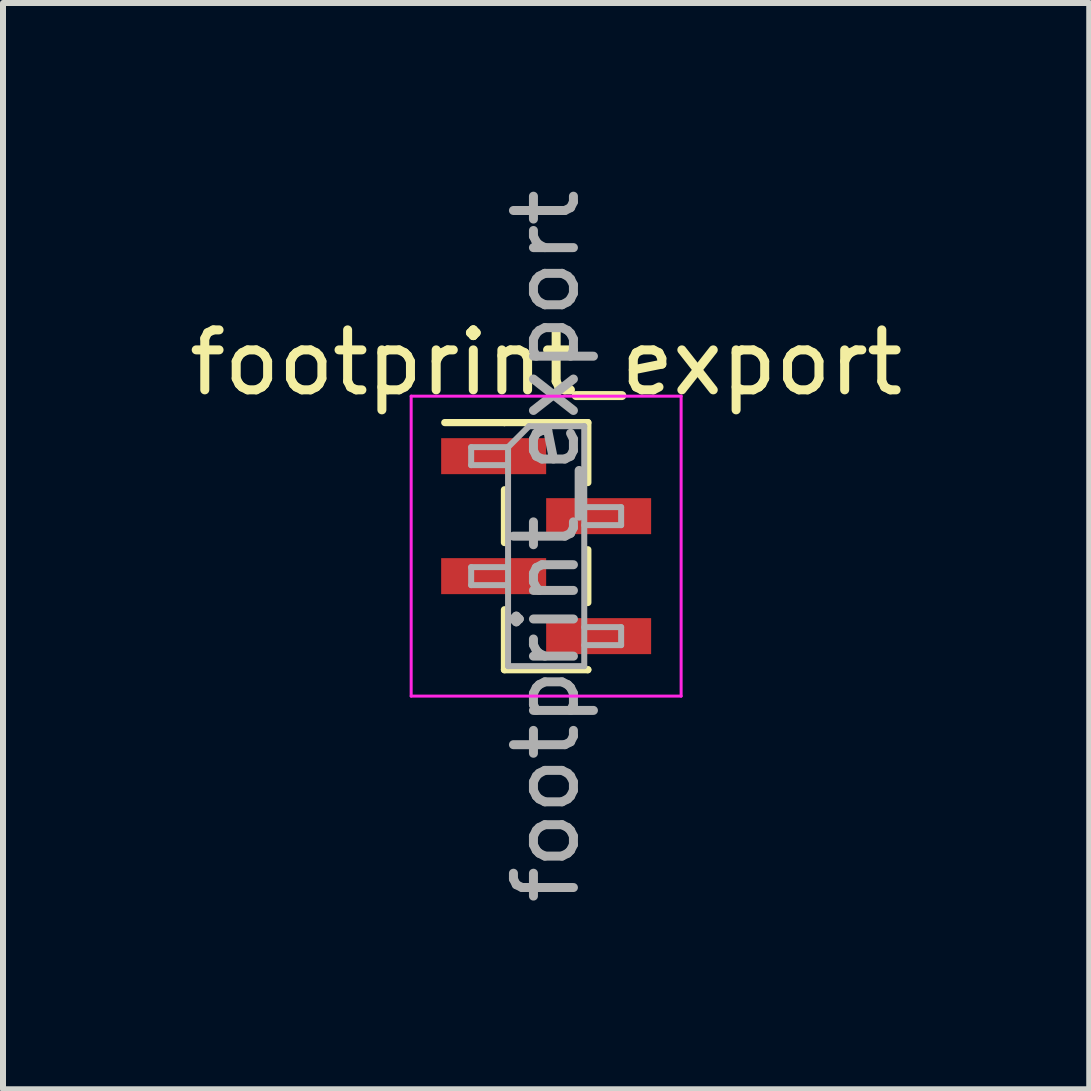
<source format=kicad_pcb>
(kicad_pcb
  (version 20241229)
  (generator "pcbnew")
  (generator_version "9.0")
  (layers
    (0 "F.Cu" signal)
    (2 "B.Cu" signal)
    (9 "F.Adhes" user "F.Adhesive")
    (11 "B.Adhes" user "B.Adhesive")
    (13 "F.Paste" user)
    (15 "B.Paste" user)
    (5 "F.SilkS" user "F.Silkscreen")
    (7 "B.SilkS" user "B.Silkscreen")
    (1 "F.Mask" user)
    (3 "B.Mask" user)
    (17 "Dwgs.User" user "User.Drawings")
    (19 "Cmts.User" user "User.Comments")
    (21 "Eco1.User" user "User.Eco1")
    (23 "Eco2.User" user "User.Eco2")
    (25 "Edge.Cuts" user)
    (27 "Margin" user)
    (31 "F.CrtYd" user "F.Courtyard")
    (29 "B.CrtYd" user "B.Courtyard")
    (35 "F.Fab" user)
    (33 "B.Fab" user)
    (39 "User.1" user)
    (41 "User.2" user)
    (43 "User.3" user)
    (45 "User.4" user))
  (footprint "footprint_export"
    (layer "F.Cu")
    (at 6.054 6.054)
    (property "Reference" "footprint_export" (at 0 -3.06 0) (layer "F.SilkS") (effects (font (size 1 1) (thickness 0.15))))
    (attr smd)
    (fp_line (start -0.695 -2.06) (end -1.69 -2.06) (stroke (width 0.12) (type solid)) (layer "F.SilkS"))
    (fp_line (start -0.695 -2.06) (end -0.695 -2.06) (stroke (width 0.12) (type solid)) (layer "F.SilkS"))
    (fp_line (start -0.695 -2.06) (end 0.695 -2.06) (stroke (width 0.12) (type solid)) (layer "F.SilkS"))
    (fp_line (start -0.695 -0.94) (end -0.695 -0.06) (stroke (width 0.12) (type solid)) (layer "F.SilkS"))
    (fp_line (start -0.695 1.06) (end -0.695 2.06) (stroke (width 0.12) (type solid)) (layer "F.SilkS"))
    (fp_line (start -0.695 2.06) (end 0.695 2.06) (stroke (width 0.12) (type solid)) (layer "F.SilkS"))
    (fp_line (start 0.695 -2.06) (end 0.695 -1.06) (stroke (width 0.12) (type solid)) (layer "F.SilkS"))
    (fp_line (start 0.695 0.06) (end 0.695 0.94) (stroke (width 0.12) (type solid)) (layer "F.SilkS"))
    (fp_line (start 0.695 2.06) (end 0.695 2.06) (stroke (width 0.12) (type solid)) (layer "F.SilkS"))
    (fp_line (start -2.25 -2.5) (end -2.25 2.5) (stroke (width 0.05) (type solid)) (layer "F.CrtYd"))
    (fp_line (start -2.25 2.5) (end 2.25 2.5) (stroke (width 0.05) (type solid)) (layer "F.CrtYd"))
    (fp_line (start 2.25 -2.5) (end -2.25 -2.5) (stroke (width 0.05) (type solid)) (layer "F.CrtYd"))
    (fp_line (start 2.25 2.5) (end 2.25 -2.5) (stroke (width 0.05) (type solid)) (layer "F.CrtYd"))
    (fp_line (start -1.25 -1.65) (end -1.25 -1.35) (stroke (width 0.1) (type solid)) (layer "F.Fab"))
    (fp_line (start -1.25 -1.35) (end -0.635 -1.35) (stroke (width 0.1) (type solid)) (layer "F.Fab"))
    (fp_line (start -1.25 0.35) (end -1.25 0.65) (stroke (width 0.1) (type solid)) (layer "F.Fab"))
    (fp_line (start -1.25 0.65) (end -0.635 0.65) (stroke (width 0.1) (type solid)) (layer "F.Fab"))
    (fp_line (start -0.635 -1.65) (end -1.25 -1.65) (stroke (width 0.1) (type solid)) (layer "F.Fab"))
    (fp_line (start -0.635 -1.65) (end -0.285 -2) (stroke (width 0.1) (type solid)) (layer "F.Fab"))
    (fp_line (start -0.635 0.35) (end -1.25 0.35) (stroke (width 0.1) (type solid)) (layer "F.Fab"))
    (fp_line (start -0.635 2) (end -0.635 -1.65) (stroke (width 0.1) (type solid)) (layer "F.Fab"))
    (fp_line (start -0.285 -2) (end 0.635 -2) (stroke (width 0.1) (type solid)) (layer "F.Fab"))
    (fp_line (start 0.635 -2) (end 0.635 2) (stroke (width 0.1) (type solid)) (layer "F.Fab"))
    (fp_line (start 0.635 -0.65) (end 1.25 -0.65) (stroke (width 0.1) (type solid)) (layer "F.Fab"))
    (fp_line (start 0.635 1.35) (end 1.25 1.35) (stroke (width 0.1) (type solid)) (layer "F.Fab"))
    (fp_line (start 0.635 2) (end -0.635 2) (stroke (width 0.1) (type solid)) (layer "F.Fab"))
    (fp_line (start 1.25 -0.65) (end 1.25 -0.35) (stroke (width 0.1) (type solid)) (layer "F.Fab"))
    (fp_line (start 1.25 -0.35) (end 0.635 -0.35) (stroke (width 0.1) (type solid)) (layer "F.Fab"))
    (fp_line (start 1.25 1.35) (end 1.25 1.65) (stroke (width 0.1) (type solid)) (layer "F.Fab"))
    (fp_line (start 1.25 1.65) (end 0.635 1.65) (stroke (width 0.1) (type solid)) (layer "F.Fab"))
    (fp_text user "${REFERENCE}" (at 0 0 90) (layer "F.Fab") (effects (font (size 1 1) (thickness 0.15))))
    (pad "1" smd rect (at -0.875 -1.5) (size 1.75 0.6) (layers "F.Cu" "F.Mask" "F.Paste"))
    (pad "2" smd rect (at 0.875 -0.5) (size 1.75 0.6) (layers "F.Cu" "F.Mask" "F.Paste"))
    (pad "3" smd rect (at -0.875 0.5) (size 1.75 0.6) (layers "F.Cu" "F.Mask" "F.Paste"))
    (pad "4" smd rect (at 0.875 1.5) (size 1.75 0.6) (layers "F.Cu" "F.Mask" "F.Paste")))
  (gr_rect
    (start -3 -3)
    (end 15.107 15.107)
    (stroke (width 0.1) (type default))
    (fill no)
    (layer "Edge.Cuts")))
</source>
